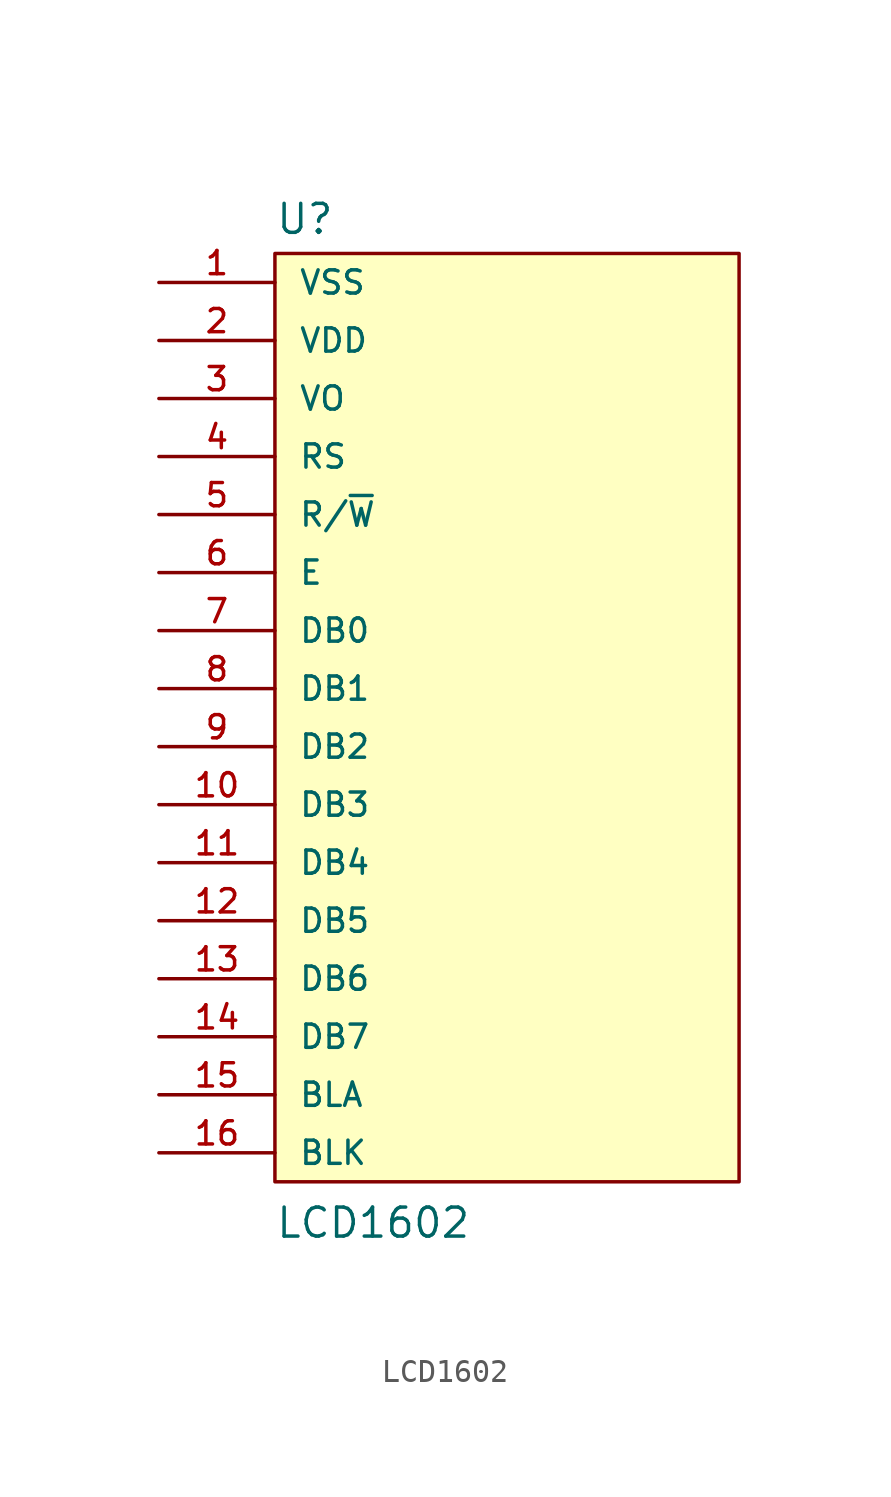
<source format=kicad_sym>
(kicad_symbol_lib
  (version 20241209)
  (generator "kicad_symbol_editor")
  (generator_version "9.0")
  (symbol "LCD1602"
    (pin_names
      (offset 1.016))
    (property "Reference" "U"
      (at -10.16 21.082 0)
      (effects (font (size 1.27 1.27)) (justify left bottom)))
    (property "Value" "LCD1602"
      (at -10.16 -22.86 0)
      (effects (font (size 1.27 1.27)) (justify left bottom)))
    (symbol "LCD1602_0_0"
      (rectangle (start -10.16 20.32) (end 10.16 -20.32) (stroke (width 0.152) (type default)) (fill (type background)))
      (pin power_in line (at -15.24 16.51 0) (length 5.08) (name "VDD" (effects (font (size 1.016 1.016)))) (number "2" (effects (font (size 1.016 1.016)))))
      (pin input line (at -15.24 13.97 0) (length 5.08) (name "VO" (effects (font (size 1.016 1.016)))) (number "3" (effects (font (size 1.016 1.016)))))
      (pin bidirectional line (at -15.24 11.43 0) (length 5.08) (name "RS" (effects (font (size 1.016 1.016)))) (number "4" (effects (font (size 1.016 1.016)))))
      (pin bidirectional line (at -15.24 8.89 0) (length 5.08) (name "R/~{W}" (effects (font (size 1.016 1.016)))) (number "5" (effects (font (size 1.016 1.016)))))
      (pin input line (at -15.24 6.35 0) (length 5.08) (name "E" (effects (font (size 1.016 1.016)))) (number "6" (effects (font (size 1.016 1.016)))))
      (pin bidirectional line (at -15.24 3.81 0) (length 5.08) (name "DB0" (effects (font (size 1.016 1.016)))) (number "7" (effects (font (size 1.016 1.016)))))
      (pin bidirectional line (at -15.24 1.27 0) (length 5.08) (name "DB1" (effects (font (size 1.016 1.016)))) (number "8" (effects (font (size 1.016 1.016)))))
      (pin bidirectional line (at -15.24 -1.27 0) (length 5.08) (name "DB2" (effects (font (size 1.016 1.016)))) (number "9" (effects (font (size 1.016 1.016)))))
      (pin bidirectional line (at -15.24 -3.81 0) (length 5.08) (name "DB3" (effects (font (size 1.016 1.016)))) (number "10" (effects (font (size 1.016 1.016)))))
      (pin bidirectional line (at -15.24 -6.35 0) (length 5.08) (name "DB4" (effects (font (size 1.016 1.016)))) (number "11" (effects (font (size 1.016 1.016)))))
      (pin bidirectional line (at -15.24 -8.89 0) (length 5.08) (name "DB5" (effects (font (size 1.016 1.016)))) (number "12" (effects (font (size 1.016 1.016)))))
      (pin bidirectional line (at -15.24 -11.43 0) (length 5.08) (name "DB6" (effects (font (size 1.016 1.016)))) (number "13" (effects (font (size 1.016 1.016)))))
      (pin bidirectional line (at -15.24 -13.97 0) (length 5.08) (name "DB7" (effects (font (size 1.016 1.016)))) (number "14" (effects (font (size 1.016 1.016))))))
    (symbol "LCD1602_1_0"
      (pin power_in line (at -15.24 19.05 0) (length 5.08) (name "VSS" (effects (font (size 1.016 1.016)))) (number "1" (effects (font (size 1.016 1.016)))))
      (pin output line (at -15.24 -16.51 0) (length 5.08) (name "BLA" (effects (font (size 1.016 1.016)))) (number "15" (effects (font (size 1.016 1.016)))))
      (pin output line (at -15.24 -19.05 0) (length 5.08) (name "BLK" (effects (font (size 1.016 1.016)))) (number "16" (effects (font (size 1.016 1.016))))))))
</source>
